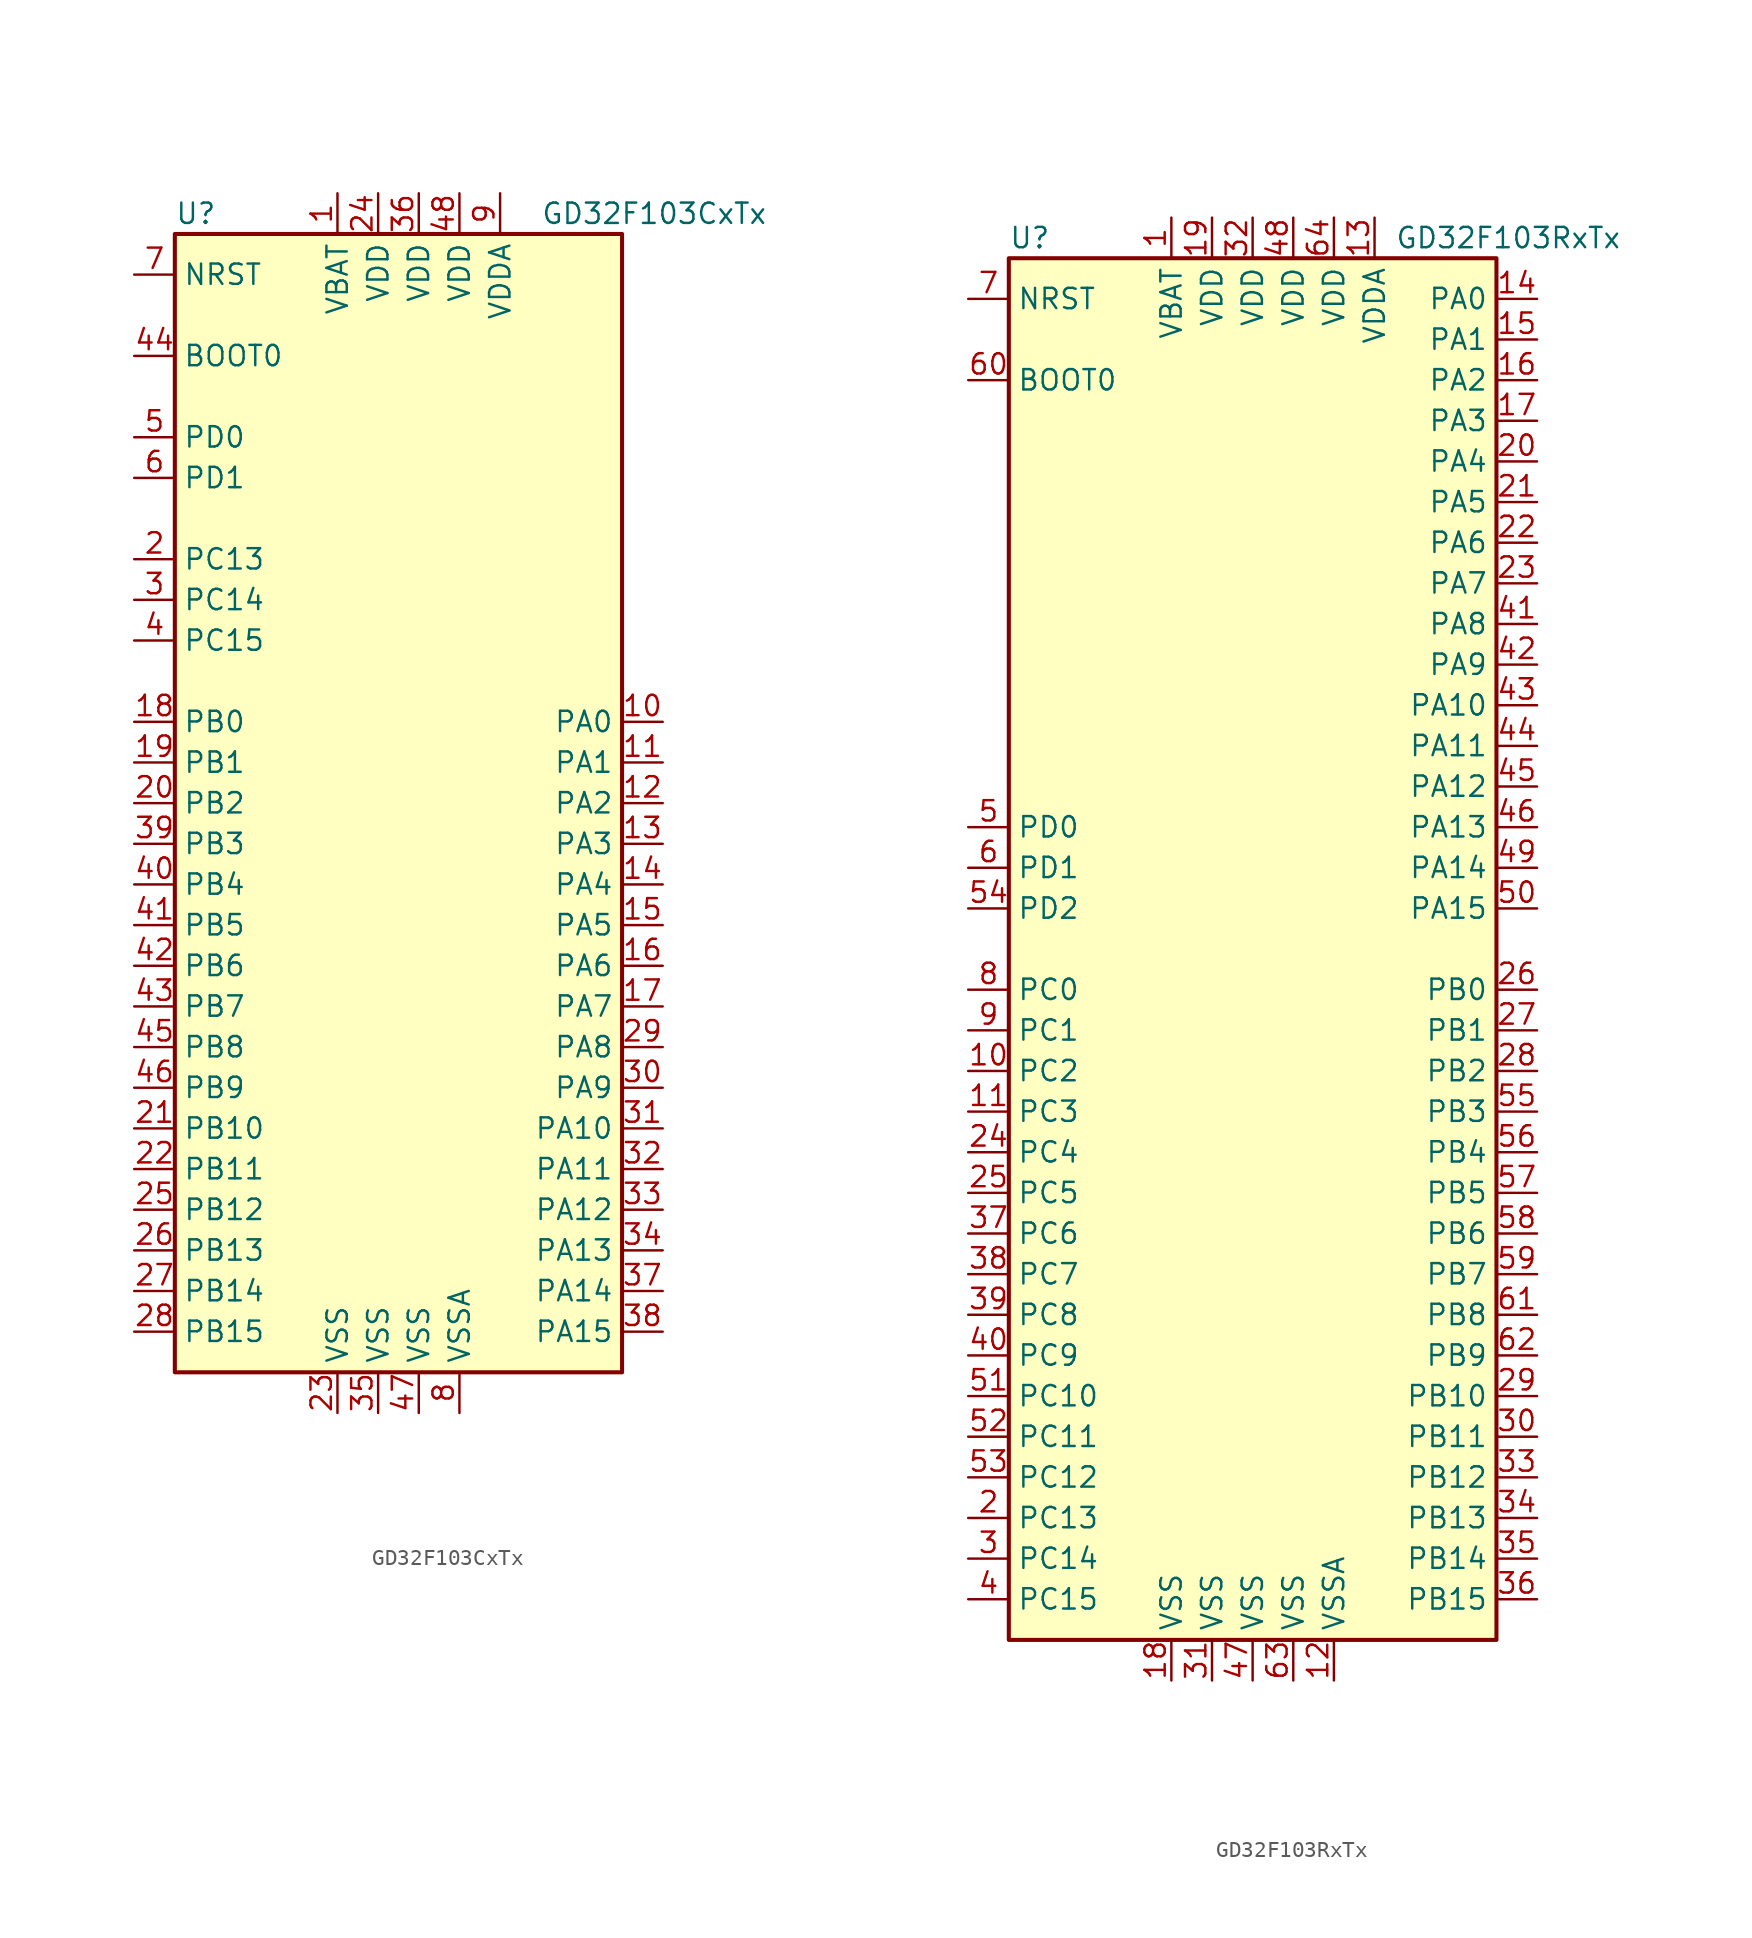
<source format=kicad_sym>
(kicad_symbol_lib
  (version 20231120)
  (generator "kicad_symbol_editor")
  (generator_version "8.0")
  (symbol "GD32F103CxTx"
    (property "Reference" "U"
      (at -15.24 36.83 0)
      (effects (font (size 1.27 1.27)) (justify left)))
    (property "Value" "GD32F103CxTx"
      (at 7.62 36.83 0)
      (effects (font (size 1.27 1.27)) (justify left)))
    (symbol "GD32F103CxTx_0_1"
      (rectangle (start -15.24 -35.56) (end 12.7 35.56) (stroke (width 0.254) (type default)) (fill (type background))))
    (symbol "GD32F103CxTx_1_1"
      (pin power_in line (at -5.08 38.1 270) (length 2.54) (name "VBAT" (effects (font (size 1.27 1.27)))) (number "1" (effects (font (size 1.27 1.27)))))
      (pin bidirectional line (at 15.24 5.08 180) (length 2.54) (name "PA0" (effects (font (size 1.27 1.27)))) (number "10" (effects (font (size 1.27 1.27)))))
      (pin bidirectional line (at 15.24 2.54 180) (length 2.54) (name "PA1" (effects (font (size 1.27 1.27)))) (number "11" (effects (font (size 1.27 1.27)))))
      (pin bidirectional line (at 15.24 0 180) (length 2.54) (name "PA2" (effects (font (size 1.27 1.27)))) (number "12" (effects (font (size 1.27 1.27)))))
      (pin bidirectional line (at 15.24 -2.54 180) (length 2.54) (name "PA3" (effects (font (size 1.27 1.27)))) (number "13" (effects (font (size 1.27 1.27)))))
      (pin bidirectional line (at 15.24 -5.08 180) (length 2.54) (name "PA4" (effects (font (size 1.27 1.27)))) (number "14" (effects (font (size 1.27 1.27)))))
      (pin bidirectional line (at 15.24 -7.62 180) (length 2.54) (name "PA5" (effects (font (size 1.27 1.27)))) (number "15" (effects (font (size 1.27 1.27)))))
      (pin bidirectional line (at 15.24 -10.16 180) (length 2.54) (name "PA6" (effects (font (size 1.27 1.27)))) (number "16" (effects (font (size 1.27 1.27)))))
      (pin bidirectional line (at 15.24 -12.7 180) (length 2.54) (name "PA7" (effects (font (size 1.27 1.27)))) (number "17" (effects (font (size 1.27 1.27)))))
      (pin bidirectional line (at -17.78 5.08 0) (length 2.54) (name "PB0" (effects (font (size 1.27 1.27)))) (number "18" (effects (font (size 1.27 1.27)))))
      (pin bidirectional line (at -17.78 2.54 0) (length 2.54) (name "PB1" (effects (font (size 1.27 1.27)))) (number "19" (effects (font (size 1.27 1.27)))))
      (pin bidirectional line (at -17.78 15.24 0) (length 2.54) (name "PC13" (effects (font (size 1.27 1.27)))) (number "2" (effects (font (size 1.27 1.27)))))
      (pin bidirectional line (at -17.78 0 0) (length 2.54) (name "PB2" (effects (font (size 1.27 1.27)))) (number "20" (effects (font (size 1.27 1.27)))))
      (pin bidirectional line (at -17.78 -20.32 0) (length 2.54) (name "PB10" (effects (font (size 1.27 1.27)))) (number "21" (effects (font (size 1.27 1.27)))))
      (pin bidirectional line (at -17.78 -22.86 0) (length 2.54) (name "PB11" (effects (font (size 1.27 1.27)))) (number "22" (effects (font (size 1.27 1.27)))))
      (pin power_in line (at -5.08 -38.1 90) (length 2.54) (name "VSS" (effects (font (size 1.27 1.27)))) (number "23" (effects (font (size 1.27 1.27)))))
      (pin power_in line (at -2.54 38.1 270) (length 2.54) (name "VDD" (effects (font (size 1.27 1.27)))) (number "24" (effects (font (size 1.27 1.27)))))
      (pin bidirectional line (at -17.78 -25.4 0) (length 2.54) (name "PB12" (effects (font (size 1.27 1.27)))) (number "25" (effects (font (size 1.27 1.27)))))
      (pin bidirectional line (at -17.78 -27.94 0) (length 2.54) (name "PB13" (effects (font (size 1.27 1.27)))) (number "26" (effects (font (size 1.27 1.27)))))
      (pin bidirectional line (at -17.78 -30.48 0) (length 2.54) (name "PB14" (effects (font (size 1.27 1.27)))) (number "27" (effects (font (size 1.27 1.27)))))
      (pin bidirectional line (at -17.78 -33.02 0) (length 2.54) (name "PB15" (effects (font (size 1.27 1.27)))) (number "28" (effects (font (size 1.27 1.27)))))
      (pin bidirectional line (at 15.24 -15.24 180) (length 2.54) (name "PA8" (effects (font (size 1.27 1.27)))) (number "29" (effects (font (size 1.27 1.27)))))
      (pin bidirectional line (at -17.78 12.7 0) (length 2.54) (name "PC14" (effects (font (size 1.27 1.27)))) (number "3" (effects (font (size 1.27 1.27)))))
      (pin bidirectional line (at 15.24 -17.78 180) (length 2.54) (name "PA9" (effects (font (size 1.27 1.27)))) (number "30" (effects (font (size 1.27 1.27)))))
      (pin bidirectional line (at 15.24 -20.32 180) (length 2.54) (name "PA10" (effects (font (size 1.27 1.27)))) (number "31" (effects (font (size 1.27 1.27)))))
      (pin bidirectional line (at 15.24 -22.86 180) (length 2.54) (name "PA11" (effects (font (size 1.27 1.27)))) (number "32" (effects (font (size 1.27 1.27)))))
      (pin bidirectional line (at 15.24 -25.4 180) (length 2.54) (name "PA12" (effects (font (size 1.27 1.27)))) (number "33" (effects (font (size 1.27 1.27)))))
      (pin bidirectional line (at 15.24 -27.94 180) (length 2.54) (name "PA13" (effects (font (size 1.27 1.27)))) (number "34" (effects (font (size 1.27 1.27)))))
      (pin power_in line (at -2.54 -38.1 90) (length 2.54) (name "VSS" (effects (font (size 1.27 1.27)))) (number "35" (effects (font (size 1.27 1.27)))))
      (pin power_in line (at 0 38.1 270) (length 2.54) (name "VDD" (effects (font (size 1.27 1.27)))) (number "36" (effects (font (size 1.27 1.27)))))
      (pin bidirectional line (at 15.24 -30.48 180) (length 2.54) (name "PA14" (effects (font (size 1.27 1.27)))) (number "37" (effects (font (size 1.27 1.27)))))
      (pin bidirectional line (at 15.24 -33.02 180) (length 2.54) (name "PA15" (effects (font (size 1.27 1.27)))) (number "38" (effects (font (size 1.27 1.27)))))
      (pin bidirectional line (at -17.78 -2.54 0) (length 2.54) (name "PB3" (effects (font (size 1.27 1.27)))) (number "39" (effects (font (size 1.27 1.27)))))
      (pin bidirectional line (at -17.78 10.16 0) (length 2.54) (name "PC15" (effects (font (size 1.27 1.27)))) (number "4" (effects (font (size 1.27 1.27)))))
      (pin bidirectional line (at -17.78 -5.08 0) (length 2.54) (name "PB4" (effects (font (size 1.27 1.27)))) (number "40" (effects (font (size 1.27 1.27)))))
      (pin bidirectional line (at -17.78 -7.62 0) (length 2.54) (name "PB5" (effects (font (size 1.27 1.27)))) (number "41" (effects (font (size 1.27 1.27)))))
      (pin bidirectional line (at -17.78 -10.16 0) (length 2.54) (name "PB6" (effects (font (size 1.27 1.27)))) (number "42" (effects (font (size 1.27 1.27)))))
      (pin bidirectional line (at -17.78 -12.7 0) (length 2.54) (name "PB7" (effects (font (size 1.27 1.27)))) (number "43" (effects (font (size 1.27 1.27)))))
      (pin input line (at -17.78 27.94 0) (length 2.54) (name "BOOT0" (effects (font (size 1.27 1.27)))) (number "44" (effects (font (size 1.27 1.27)))))
      (pin bidirectional line (at -17.78 -15.24 0) (length 2.54) (name "PB8" (effects (font (size 1.27 1.27)))) (number "45" (effects (font (size 1.27 1.27)))))
      (pin bidirectional line (at -17.78 -17.78 0) (length 2.54) (name "PB9" (effects (font (size 1.27 1.27)))) (number "46" (effects (font (size 1.27 1.27)))))
      (pin power_in line (at 0 -38.1 90) (length 2.54) (name "VSS" (effects (font (size 1.27 1.27)))) (number "47" (effects (font (size 1.27 1.27)))))
      (pin power_in line (at 2.54 38.1 270) (length 2.54) (name "VDD" (effects (font (size 1.27 1.27)))) (number "48" (effects (font (size 1.27 1.27)))))
      (pin input line (at -17.78 22.86 0) (length 2.54) (name "PD0" (effects (font (size 1.27 1.27)))) (number "5" (effects (font (size 1.27 1.27)))))
      (pin input line (at -17.78 20.32 0) (length 2.54) (name "PD1" (effects (font (size 1.27 1.27)))) (number "6" (effects (font (size 1.27 1.27)))))
      (pin input line (at -17.78 33.02 0) (length 2.54) (name "NRST" (effects (font (size 1.27 1.27)))) (number "7" (effects (font (size 1.27 1.27)))))
      (pin power_in line (at 2.54 -38.1 90) (length 2.54) (name "VSSA" (effects (font (size 1.27 1.27)))) (number "8" (effects (font (size 1.27 1.27)))))
      (pin power_in line (at 5.08 38.1 270) (length 2.54) (name "VDDA" (effects (font (size 1.27 1.27)))) (number "9" (effects (font (size 1.27 1.27)))))))
  (symbol "GD32F103RxTx"
    (property "Reference" "U"
      (at -15.24 44.45 0)
      (effects (font (size 1.27 1.27)) (justify left)))
    (property "Value" "GD32F103RxTx"
      (at 8.89 44.45 0)
      (effects (font (size 1.27 1.27)) (justify left)))
    (symbol "GD32F103RxTx_0_1"
      (rectangle (start -15.24 -43.18) (end 15.24 43.18) (stroke (width 0.254) (type default)) (fill (type background))))
    (symbol "GD32F103RxTx_1_1"
      (pin power_in line (at -5.08 45.72 270) (length 2.54) (name "VBAT" (effects (font (size 1.27 1.27)))) (number "1" (effects (font (size 1.27 1.27)))))
      (pin bidirectional line (at -17.78 -7.62 0) (length 2.54) (name "PC2" (effects (font (size 1.27 1.27)))) (number "10" (effects (font (size 1.27 1.27)))))
      (pin bidirectional line (at -17.78 -10.16 0) (length 2.54) (name "PC3" (effects (font (size 1.27 1.27)))) (number "11" (effects (font (size 1.27 1.27)))))
      (pin power_in line (at 5.08 -45.72 90) (length 2.54) (name "VSSA" (effects (font (size 1.27 1.27)))) (number "12" (effects (font (size 1.27 1.27)))))
      (pin power_in line (at 7.62 45.72 270) (length 2.54) (name "VDDA" (effects (font (size 1.27 1.27)))) (number "13" (effects (font (size 1.27 1.27)))))
      (pin bidirectional line (at 17.78 40.64 180) (length 2.54) (name "PA0" (effects (font (size 1.27 1.27)))) (number "14" (effects (font (size 1.27 1.27)))))
      (pin bidirectional line (at 17.78 38.1 180) (length 2.54) (name "PA1" (effects (font (size 1.27 1.27)))) (number "15" (effects (font (size 1.27 1.27)))))
      (pin bidirectional line (at 17.78 35.56 180) (length 2.54) (name "PA2" (effects (font (size 1.27 1.27)))) (number "16" (effects (font (size 1.27 1.27)))))
      (pin bidirectional line (at 17.78 33.02 180) (length 2.54) (name "PA3" (effects (font (size 1.27 1.27)))) (number "17" (effects (font (size 1.27 1.27)))))
      (pin power_in line (at -5.08 -45.72 90) (length 2.54) (name "VSS" (effects (font (size 1.27 1.27)))) (number "18" (effects (font (size 1.27 1.27)))))
      (pin power_in line (at -2.54 45.72 270) (length 2.54) (name "VDD" (effects (font (size 1.27 1.27)))) (number "19" (effects (font (size 1.27 1.27)))))
      (pin bidirectional line (at -17.78 -35.56 0) (length 2.54) (name "PC13" (effects (font (size 1.27 1.27)))) (number "2" (effects (font (size 1.27 1.27)))))
      (pin bidirectional line (at 17.78 30.48 180) (length 2.54) (name "PA4" (effects (font (size 1.27 1.27)))) (number "20" (effects (font (size 1.27 1.27)))))
      (pin bidirectional line (at 17.78 27.94 180) (length 2.54) (name "PA5" (effects (font (size 1.27 1.27)))) (number "21" (effects (font (size 1.27 1.27)))))
      (pin bidirectional line (at 17.78 25.4 180) (length 2.54) (name "PA6" (effects (font (size 1.27 1.27)))) (number "22" (effects (font (size 1.27 1.27)))))
      (pin bidirectional line (at 17.78 22.86 180) (length 2.54) (name "PA7" (effects (font (size 1.27 1.27)))) (number "23" (effects (font (size 1.27 1.27)))))
      (pin bidirectional line (at -17.78 -12.7 0) (length 2.54) (name "PC4" (effects (font (size 1.27 1.27)))) (number "24" (effects (font (size 1.27 1.27)))))
      (pin bidirectional line (at -17.78 -15.24 0) (length 2.54) (name "PC5" (effects (font (size 1.27 1.27)))) (number "25" (effects (font (size 1.27 1.27)))))
      (pin bidirectional line (at 17.78 -2.54 180) (length 2.54) (name "PB0" (effects (font (size 1.27 1.27)))) (number "26" (effects (font (size 1.27 1.27)))))
      (pin bidirectional line (at 17.78 -5.08 180) (length 2.54) (name "PB1" (effects (font (size 1.27 1.27)))) (number "27" (effects (font (size 1.27 1.27)))))
      (pin bidirectional line (at 17.78 -7.62 180) (length 2.54) (name "PB2" (effects (font (size 1.27 1.27)))) (number "28" (effects (font (size 1.27 1.27)))))
      (pin bidirectional line (at 17.78 -27.94 180) (length 2.54) (name "PB10" (effects (font (size 1.27 1.27)))) (number "29" (effects (font (size 1.27 1.27)))))
      (pin bidirectional line (at -17.78 -38.1 0) (length 2.54) (name "PC14" (effects (font (size 1.27 1.27)))) (number "3" (effects (font (size 1.27 1.27)))))
      (pin bidirectional line (at 17.78 -30.48 180) (length 2.54) (name "PB11" (effects (font (size 1.27 1.27)))) (number "30" (effects (font (size 1.27 1.27)))))
      (pin power_in line (at -2.54 -45.72 90) (length 2.54) (name "VSS" (effects (font (size 1.27 1.27)))) (number "31" (effects (font (size 1.27 1.27)))))
      (pin power_in line (at 0 45.72 270) (length 2.54) (name "VDD" (effects (font (size 1.27 1.27)))) (number "32" (effects (font (size 1.27 1.27)))))
      (pin bidirectional line (at 17.78 -33.02 180) (length 2.54) (name "PB12" (effects (font (size 1.27 1.27)))) (number "33" (effects (font (size 1.27 1.27)))))
      (pin bidirectional line (at 17.78 -35.56 180) (length 2.54) (name "PB13" (effects (font (size 1.27 1.27)))) (number "34" (effects (font (size 1.27 1.27)))))
      (pin bidirectional line (at 17.78 -38.1 180) (length 2.54) (name "PB14" (effects (font (size 1.27 1.27)))) (number "35" (effects (font (size 1.27 1.27)))))
      (pin bidirectional line (at 17.78 -40.64 180) (length 2.54) (name "PB15" (effects (font (size 1.27 1.27)))) (number "36" (effects (font (size 1.27 1.27)))))
      (pin bidirectional line (at -17.78 -17.78 0) (length 2.54) (name "PC6" (effects (font (size 1.27 1.27)))) (number "37" (effects (font (size 1.27 1.27)))))
      (pin bidirectional line (at -17.78 -20.32 0) (length 2.54) (name "PC7" (effects (font (size 1.27 1.27)))) (number "38" (effects (font (size 1.27 1.27)))))
      (pin bidirectional line (at -17.78 -22.86 0) (length 2.54) (name "PC8" (effects (font (size 1.27 1.27)))) (number "39" (effects (font (size 1.27 1.27)))))
      (pin bidirectional line (at -17.78 -40.64 0) (length 2.54) (name "PC15" (effects (font (size 1.27 1.27)))) (number "4" (effects (font (size 1.27 1.27)))))
      (pin bidirectional line (at -17.78 -25.4 0) (length 2.54) (name "PC9" (effects (font (size 1.27 1.27)))) (number "40" (effects (font (size 1.27 1.27)))))
      (pin bidirectional line (at 17.78 20.32 180) (length 2.54) (name "PA8" (effects (font (size 1.27 1.27)))) (number "41" (effects (font (size 1.27 1.27)))))
      (pin bidirectional line (at 17.78 17.78 180) (length 2.54) (name "PA9" (effects (font (size 1.27 1.27)))) (number "42" (effects (font (size 1.27 1.27)))))
      (pin bidirectional line (at 17.78 15.24 180) (length 2.54) (name "PA10" (effects (font (size 1.27 1.27)))) (number "43" (effects (font (size 1.27 1.27)))))
      (pin bidirectional line (at 17.78 12.7 180) (length 2.54) (name "PA11" (effects (font (size 1.27 1.27)))) (number "44" (effects (font (size 1.27 1.27)))))
      (pin bidirectional line (at 17.78 10.16 180) (length 2.54) (name "PA12" (effects (font (size 1.27 1.27)))) (number "45" (effects (font (size 1.27 1.27)))))
      (pin bidirectional line (at 17.78 7.62 180) (length 2.54) (name "PA13" (effects (font (size 1.27 1.27)))) (number "46" (effects (font (size 1.27 1.27)))))
      (pin power_in line (at 0 -45.72 90) (length 2.54) (name "VSS" (effects (font (size 1.27 1.27)))) (number "47" (effects (font (size 1.27 1.27)))))
      (pin power_in line (at 2.54 45.72 270) (length 2.54) (name "VDD" (effects (font (size 1.27 1.27)))) (number "48" (effects (font (size 1.27 1.27)))))
      (pin bidirectional line (at 17.78 5.08 180) (length 2.54) (name "PA14" (effects (font (size 1.27 1.27)))) (number "49" (effects (font (size 1.27 1.27)))))
      (pin input line (at -17.78 7.62 0) (length 2.54) (name "PD0" (effects (font (size 1.27 1.27)))) (number "5" (effects (font (size 1.27 1.27)))))
      (pin bidirectional line (at 17.78 2.54 180) (length 2.54) (name "PA15" (effects (font (size 1.27 1.27)))) (number "50" (effects (font (size 1.27 1.27)))))
      (pin bidirectional line (at -17.78 -27.94 0) (length 2.54) (name "PC10" (effects (font (size 1.27 1.27)))) (number "51" (effects (font (size 1.27 1.27)))))
      (pin bidirectional line (at -17.78 -30.48 0) (length 2.54) (name "PC11" (effects (font (size 1.27 1.27)))) (number "52" (effects (font (size 1.27 1.27)))))
      (pin bidirectional line (at -17.78 -33.02 0) (length 2.54) (name "PC12" (effects (font (size 1.27 1.27)))) (number "53" (effects (font (size 1.27 1.27)))))
      (pin bidirectional line (at -17.78 2.54 0) (length 2.54) (name "PD2" (effects (font (size 1.27 1.27)))) (number "54" (effects (font (size 1.27 1.27)))))
      (pin bidirectional line (at 17.78 -10.16 180) (length 2.54) (name "PB3" (effects (font (size 1.27 1.27)))) (number "55" (effects (font (size 1.27 1.27)))))
      (pin bidirectional line (at 17.78 -12.7 180) (length 2.54) (name "PB4" (effects (font (size 1.27 1.27)))) (number "56" (effects (font (size 1.27 1.27)))))
      (pin bidirectional line (at 17.78 -15.24 180) (length 2.54) (name "PB5" (effects (font (size 1.27 1.27)))) (number "57" (effects (font (size 1.27 1.27)))))
      (pin bidirectional line (at 17.78 -17.78 180) (length 2.54) (name "PB6" (effects (font (size 1.27 1.27)))) (number "58" (effects (font (size 1.27 1.27)))))
      (pin bidirectional line (at 17.78 -20.32 180) (length 2.54) (name "PB7" (effects (font (size 1.27 1.27)))) (number "59" (effects (font (size 1.27 1.27)))))
      (pin input line (at -17.78 5.08 0) (length 2.54) (name "PD1" (effects (font (size 1.27 1.27)))) (number "6" (effects (font (size 1.27 1.27)))))
      (pin input line (at -17.78 35.56 0) (length 2.54) (name "BOOT0" (effects (font (size 1.27 1.27)))) (number "60" (effects (font (size 1.27 1.27)))))
      (pin bidirectional line (at 17.78 -22.86 180) (length 2.54) (name "PB8" (effects (font (size 1.27 1.27)))) (number "61" (effects (font (size 1.27 1.27)))))
      (pin bidirectional line (at 17.78 -25.4 180) (length 2.54) (name "PB9" (effects (font (size 1.27 1.27)))) (number "62" (effects (font (size 1.27 1.27)))))
      (pin power_in line (at 2.54 -45.72 90) (length 2.54) (name "VSS" (effects (font (size 1.27 1.27)))) (number "63" (effects (font (size 1.27 1.27)))))
      (pin power_in line (at 5.08 45.72 270) (length 2.54) (name "VDD" (effects (font (size 1.27 1.27)))) (number "64" (effects (font (size 1.27 1.27)))))
      (pin input line (at -17.78 40.64 0) (length 2.54) (name "NRST" (effects (font (size 1.27 1.27)))) (number "7" (effects (font (size 1.27 1.27)))))
      (pin bidirectional line (at -17.78 -2.54 0) (length 2.54) (name "PC0" (effects (font (size 1.27 1.27)))) (number "8" (effects (font (size 1.27 1.27)))))
      (pin bidirectional line (at -17.78 -5.08 0) (length 2.54) (name "PC1" (effects (font (size 1.27 1.27)))) (number "9" (effects (font (size 1.27 1.27))))))))
</source>
